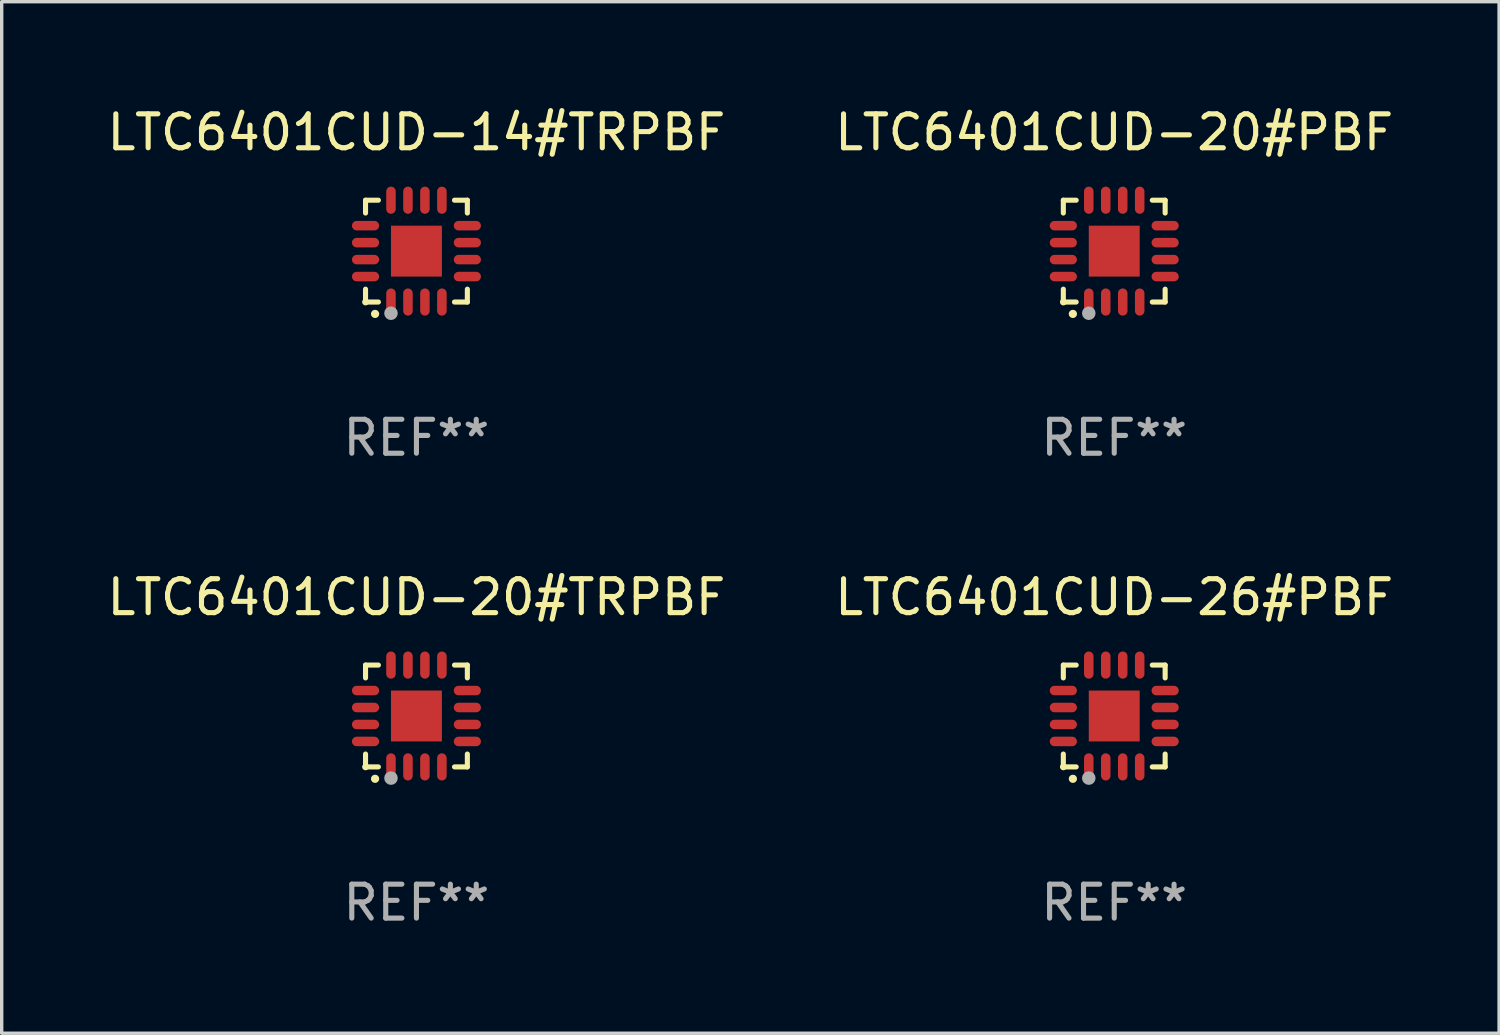
<source format=kicad_pcb>
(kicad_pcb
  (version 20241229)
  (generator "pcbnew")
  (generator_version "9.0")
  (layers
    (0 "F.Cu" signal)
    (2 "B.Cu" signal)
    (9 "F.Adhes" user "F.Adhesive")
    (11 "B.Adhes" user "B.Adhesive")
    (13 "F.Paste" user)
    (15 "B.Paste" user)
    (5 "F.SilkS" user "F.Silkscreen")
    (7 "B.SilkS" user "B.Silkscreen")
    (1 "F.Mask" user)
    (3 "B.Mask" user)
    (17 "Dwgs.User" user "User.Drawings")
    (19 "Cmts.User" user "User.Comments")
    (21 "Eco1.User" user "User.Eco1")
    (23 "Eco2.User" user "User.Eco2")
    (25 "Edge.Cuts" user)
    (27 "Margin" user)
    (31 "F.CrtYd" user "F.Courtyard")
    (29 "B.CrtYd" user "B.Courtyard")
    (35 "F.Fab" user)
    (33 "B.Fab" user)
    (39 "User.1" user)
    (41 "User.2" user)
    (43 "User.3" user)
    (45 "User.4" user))
  (footprint "LTC6401CUD-26#PBF"
    (layer "F.Cu")
    (at 29.78 18.046)
    (property "Reference" "LTC6401CUD-26#PBF" (at 0 -3.5 0) (layer "F.SilkS") (effects (font (size 1 1) (thickness 0.15))))
    (attr through_hole)
    (fp_line (start -1.5 -1.5) (end -1.121 -1.5) (stroke (width 0.15) (type solid)) (layer "F.SilkS"))
    (fp_line (start -1.5 -1.122) (end -1.5 -1.5) (stroke (width 0.15) (type solid)) (layer "F.SilkS"))
    (fp_line (start -1.5 1.5) (end -1.5 1.121) (stroke (width 0.15) (type solid)) (layer "F.SilkS"))
    (fp_line (start -1.121 1.5) (end -1.5 1.5) (stroke (width 0.15) (type solid)) (layer "F.SilkS"))
    (fp_line (start 1.121 -1.5) (end 1.5 -1.5) (stroke (width 0.15) (type solid)) (layer "F.SilkS"))
    (fp_line (start 1.5 -1.5) (end 1.5 -1.122) (stroke (width 0.15) (type solid)) (layer "F.SilkS"))
    (fp_line (start 1.5 1.121) (end 1.5 1.5) (stroke (width 0.15) (type solid)) (layer "F.SilkS"))
    (fp_line (start 1.5 1.5) (end 1.121 1.5) (stroke (width 0.15) (type solid)) (layer "F.SilkS"))
    (fp_arc (start -1.219926 1.850254) (mid -1.21891 1.85025) (end -1.217894 1.850254) (stroke (width 0.240005) (type solid)) (layer "F.SilkS"))
    (fp_circle (center -1.5 1.5) (end -1.45 1.5) (stroke (width 0.1) (type solid)) (fill no) (layer "F.SilkS"))
    (fp_circle (center -0.75 1.83) (end -0.65 1.83) (stroke (width 0.2) (type solid)) (fill no) (layer "F.Fab"))
    (fp_text user "REF**" (at 0 5.5 0) (layer "F.Fab") (effects (font (size 1 1) (thickness 0.15))))
    (pad "1" smd oval (at -0.75 1.5) (size 0.28 0.8) (layers "F.Cu" "F.Mask" "F.Paste"))
    (pad "2" smd oval (at -0.25 1.5) (size 0.28 0.8) (layers "F.Cu" "F.Mask" "F.Paste"))
    (pad "3" smd oval (at 0.25 1.5) (size 0.28 0.8) (layers "F.Cu" "F.Mask" "F.Paste"))
    (pad "4" smd oval (at 0.75 1.5) (size 0.28 0.8) (layers "F.Cu" "F.Mask" "F.Paste"))
    (pad "5" smd oval (at 1.5 0.75) (size 0.8 0.28) (layers "F.Cu" "F.Mask" "F.Paste"))
    (pad "6" smd oval (at 1.5 0.25) (size 0.8 0.28) (layers "F.Cu" "F.Mask" "F.Paste"))
    (pad "7" smd oval (at 1.5 -0.25) (size 0.8 0.28) (layers "F.Cu" "F.Mask" "F.Paste"))
    (pad "8" smd oval (at 1.5 -0.75) (size 0.8 0.28) (layers "F.Cu" "F.Mask" "F.Paste"))
    (pad "9" smd oval (at 0.75 -1.5) (size 0.28 0.8) (layers "F.Cu" "F.Mask" "F.Paste"))
    (pad "10" smd oval (at 0.25 -1.5) (size 0.28 0.8) (layers "F.Cu" "F.Mask" "F.Paste"))
    (pad "11" smd oval (at -0.25 -1.5) (size 0.28 0.8) (layers "F.Cu" "F.Mask" "F.Paste"))
    (pad "12" smd oval (at -0.75 -1.5) (size 0.28 0.8) (layers "F.Cu" "F.Mask" "F.Paste"))
    (pad "13" smd oval (at -1.5 -0.75) (size 0.8 0.28) (layers "F.Cu" "F.Mask" "F.Paste"))
    (pad "14" smd oval (at -1.5 -0.25) (size 0.8 0.28) (layers "F.Cu" "F.Mask" "F.Paste"))
    (pad "15" smd oval (at -1.5 0.25) (size 0.8 0.28) (layers "F.Cu" "F.Mask" "F.Paste"))
    (pad "16" smd oval (at -1.5 0.75) (size 0.8 0.28) (layers "F.Cu" "F.Mask" "F.Paste"))
    (pad "17" smd rect (at -0.000064 0.000165) (size 1.5 1.5) (layers "F.Cu" "F.Mask" "F.Paste")))
  (footprint "LTC6401CUD-20#PBF"
    (layer "F.Cu")
    (at 29.78 4.349)
    (property "Reference" "LTC6401CUD-20#PBF" (at 0 -3.5 0) (layer "F.SilkS") (effects (font (size 1 1) (thickness 0.15))))
    (attr through_hole)
    (fp_line (start -1.5 -1.5) (end -1.121 -1.5) (stroke (width 0.15) (type solid)) (layer "F.SilkS"))
    (fp_line (start -1.5 -1.122) (end -1.5 -1.5) (stroke (width 0.15) (type solid)) (layer "F.SilkS"))
    (fp_line (start -1.5 1.5) (end -1.5 1.121) (stroke (width 0.15) (type solid)) (layer "F.SilkS"))
    (fp_line (start -1.121 1.5) (end -1.5 1.5) (stroke (width 0.15) (type solid)) (layer "F.SilkS"))
    (fp_line (start 1.121 -1.5) (end 1.5 -1.5) (stroke (width 0.15) (type solid)) (layer "F.SilkS"))
    (fp_line (start 1.5 -1.5) (end 1.5 -1.122) (stroke (width 0.15) (type solid)) (layer "F.SilkS"))
    (fp_line (start 1.5 1.121) (end 1.5 1.5) (stroke (width 0.15) (type solid)) (layer "F.SilkS"))
    (fp_line (start 1.5 1.5) (end 1.121 1.5) (stroke (width 0.15) (type solid)) (layer "F.SilkS"))
    (fp_arc (start -1.219926 1.850254) (mid -1.21891 1.85025) (end -1.217894 1.850254) (stroke (width 0.240005) (type solid)) (layer "F.SilkS"))
    (fp_circle (center -1.5 1.5) (end -1.45 1.5) (stroke (width 0.1) (type solid)) (fill no) (layer "F.SilkS"))
    (fp_circle (center -0.75 1.83) (end -0.65 1.83) (stroke (width 0.2) (type solid)) (fill no) (layer "F.Fab"))
    (fp_text user "REF**" (at 0 5.5 0) (layer "F.Fab") (effects (font (size 1 1) (thickness 0.15))))
    (pad "1" smd oval (at -0.75 1.5) (size 0.28 0.8) (layers "F.Cu" "F.Mask" "F.Paste"))
    (pad "2" smd oval (at -0.25 1.5) (size 0.28 0.8) (layers "F.Cu" "F.Mask" "F.Paste"))
    (pad "3" smd oval (at 0.25 1.5) (size 0.28 0.8) (layers "F.Cu" "F.Mask" "F.Paste"))
    (pad "4" smd oval (at 0.75 1.5) (size 0.28 0.8) (layers "F.Cu" "F.Mask" "F.Paste"))
    (pad "5" smd oval (at 1.5 0.75) (size 0.8 0.28) (layers "F.Cu" "F.Mask" "F.Paste"))
    (pad "6" smd oval (at 1.5 0.25) (size 0.8 0.28) (layers "F.Cu" "F.Mask" "F.Paste"))
    (pad "7" smd oval (at 1.5 -0.25) (size 0.8 0.28) (layers "F.Cu" "F.Mask" "F.Paste"))
    (pad "8" smd oval (at 1.5 -0.75) (size 0.8 0.28) (layers "F.Cu" "F.Mask" "F.Paste"))
    (pad "9" smd oval (at 0.75 -1.5) (size 0.28 0.8) (layers "F.Cu" "F.Mask" "F.Paste"))
    (pad "10" smd oval (at 0.25 -1.5) (size 0.28 0.8) (layers "F.Cu" "F.Mask" "F.Paste"))
    (pad "11" smd oval (at -0.25 -1.5) (size 0.28 0.8) (layers "F.Cu" "F.Mask" "F.Paste"))
    (pad "12" smd oval (at -0.75 -1.5) (size 0.28 0.8) (layers "F.Cu" "F.Mask" "F.Paste"))
    (pad "13" smd oval (at -1.5 -0.75) (size 0.8 0.28) (layers "F.Cu" "F.Mask" "F.Paste"))
    (pad "14" smd oval (at -1.5 -0.25) (size 0.8 0.28) (layers "F.Cu" "F.Mask" "F.Paste"))
    (pad "15" smd oval (at -1.5 0.25) (size 0.8 0.28) (layers "F.Cu" "F.Mask" "F.Paste"))
    (pad "16" smd oval (at -1.5 0.75) (size 0.8 0.28) (layers "F.Cu" "F.Mask" "F.Paste"))
    (pad "17" smd rect (at -0.000064 0.000165) (size 1.5 1.5) (layers "F.Cu" "F.Mask" "F.Paste")))
  (footprint "LTC6401CUD-14#TRPBF"
    (layer "F.Cu")
    (at 9.22 4.349)
    (property "Reference" "LTC6401CUD-14#TRPBF" (at 0 -3.5 0) (layer "F.SilkS") (effects (font (size 1 1) (thickness 0.15))))
    (attr through_hole)
    (fp_line (start -1.5 -1.5) (end -1.121 -1.5) (stroke (width 0.15) (type solid)) (layer "F.SilkS"))
    (fp_line (start -1.5 -1.122) (end -1.5 -1.5) (stroke (width 0.15) (type solid)) (layer "F.SilkS"))
    (fp_line (start -1.5 1.5) (end -1.5 1.121) (stroke (width 0.15) (type solid)) (layer "F.SilkS"))
    (fp_line (start -1.121 1.5) (end -1.5 1.5) (stroke (width 0.15) (type solid)) (layer "F.SilkS"))
    (fp_line (start 1.121 -1.5) (end 1.5 -1.5) (stroke (width 0.15) (type solid)) (layer "F.SilkS"))
    (fp_line (start 1.5 -1.5) (end 1.5 -1.122) (stroke (width 0.15) (type solid)) (layer "F.SilkS"))
    (fp_line (start 1.5 1.121) (end 1.5 1.5) (stroke (width 0.15) (type solid)) (layer "F.SilkS"))
    (fp_line (start 1.5 1.5) (end 1.121 1.5) (stroke (width 0.15) (type solid)) (layer "F.SilkS"))
    (fp_arc (start -1.219926 1.850254) (mid -1.21891 1.85025) (end -1.217894 1.850254) (stroke (width 0.240005) (type solid)) (layer "F.SilkS"))
    (fp_circle (center -1.5 1.5) (end -1.45 1.5) (stroke (width 0.1) (type solid)) (fill no) (layer "F.SilkS"))
    (fp_circle (center -0.75 1.83) (end -0.65 1.83) (stroke (width 0.2) (type solid)) (fill no) (layer "F.Fab"))
    (fp_text user "REF**" (at 0 5.5 0) (layer "F.Fab") (effects (font (size 1 1) (thickness 0.15))))
    (pad "1" smd oval (at -0.75 1.5) (size 0.28 0.8) (layers "F.Cu" "F.Mask" "F.Paste"))
    (pad "2" smd oval (at -0.25 1.5) (size 0.28 0.8) (layers "F.Cu" "F.Mask" "F.Paste"))
    (pad "3" smd oval (at 0.25 1.5) (size 0.28 0.8) (layers "F.Cu" "F.Mask" "F.Paste"))
    (pad "4" smd oval (at 0.75 1.5) (size 0.28 0.8) (layers "F.Cu" "F.Mask" "F.Paste"))
    (pad "5" smd oval (at 1.5 0.75) (size 0.8 0.28) (layers "F.Cu" "F.Mask" "F.Paste"))
    (pad "6" smd oval (at 1.5 0.25) (size 0.8 0.28) (layers "F.Cu" "F.Mask" "F.Paste"))
    (pad "7" smd oval (at 1.5 -0.25) (size 0.8 0.28) (layers "F.Cu" "F.Mask" "F.Paste"))
    (pad "8" smd oval (at 1.5 -0.75) (size 0.8 0.28) (layers "F.Cu" "F.Mask" "F.Paste"))
    (pad "9" smd oval (at 0.75 -1.5) (size 0.28 0.8) (layers "F.Cu" "F.Mask" "F.Paste"))
    (pad "10" smd oval (at 0.25 -1.5) (size 0.28 0.8) (layers "F.Cu" "F.Mask" "F.Paste"))
    (pad "11" smd oval (at -0.25 -1.5) (size 0.28 0.8) (layers "F.Cu" "F.Mask" "F.Paste"))
    (pad "12" smd oval (at -0.75 -1.5) (size 0.28 0.8) (layers "F.Cu" "F.Mask" "F.Paste"))
    (pad "13" smd oval (at -1.5 -0.75) (size 0.8 0.28) (layers "F.Cu" "F.Mask" "F.Paste"))
    (pad "14" smd oval (at -1.5 -0.25) (size 0.8 0.28) (layers "F.Cu" "F.Mask" "F.Paste"))
    (pad "15" smd oval (at -1.5 0.25) (size 0.8 0.28) (layers "F.Cu" "F.Mask" "F.Paste"))
    (pad "16" smd oval (at -1.5 0.75) (size 0.8 0.28) (layers "F.Cu" "F.Mask" "F.Paste"))
    (pad "17" smd rect (at -0.000064 0.000165) (size 1.5 1.5) (layers "F.Cu" "F.Mask" "F.Paste")))
  (footprint "LTC6401CUD-20#TRPBF"
    (layer "F.Cu")
    (at 9.22 18.046)
    (property "Reference" "LTC6401CUD-20#TRPBF" (at 0 -3.5 0) (layer "F.SilkS") (effects (font (size 1 1) (thickness 0.15))))
    (attr through_hole)
    (fp_line (start -1.5 -1.5) (end -1.121 -1.5) (stroke (width 0.15) (type solid)) (layer "F.SilkS"))
    (fp_line (start -1.5 -1.122) (end -1.5 -1.5) (stroke (width 0.15) (type solid)) (layer "F.SilkS"))
    (fp_line (start -1.5 1.5) (end -1.5 1.121) (stroke (width 0.15) (type solid)) (layer "F.SilkS"))
    (fp_line (start -1.121 1.5) (end -1.5 1.5) (stroke (width 0.15) (type solid)) (layer "F.SilkS"))
    (fp_line (start 1.121 -1.5) (end 1.5 -1.5) (stroke (width 0.15) (type solid)) (layer "F.SilkS"))
    (fp_line (start 1.5 -1.5) (end 1.5 -1.122) (stroke (width 0.15) (type solid)) (layer "F.SilkS"))
    (fp_line (start 1.5 1.121) (end 1.5 1.5) (stroke (width 0.15) (type solid)) (layer "F.SilkS"))
    (fp_line (start 1.5 1.5) (end 1.121 1.5) (stroke (width 0.15) (type solid)) (layer "F.SilkS"))
    (fp_arc (start -1.219926 1.850254) (mid -1.21891 1.85025) (end -1.217894 1.850254) (stroke (width 0.240005) (type solid)) (layer "F.SilkS"))
    (fp_circle (center -1.5 1.5) (end -1.45 1.5) (stroke (width 0.1) (type solid)) (fill no) (layer "F.SilkS"))
    (fp_circle (center -0.75 1.83) (end -0.65 1.83) (stroke (width 0.2) (type solid)) (fill no) (layer "F.Fab"))
    (fp_text user "REF**" (at 0 5.5 0) (layer "F.Fab") (effects (font (size 1 1) (thickness 0.15))))
    (pad "1" smd oval (at -0.75 1.5) (size 0.28 0.8) (layers "F.Cu" "F.Mask" "F.Paste"))
    (pad "2" smd oval (at -0.25 1.5) (size 0.28 0.8) (layers "F.Cu" "F.Mask" "F.Paste"))
    (pad "3" smd oval (at 0.25 1.5) (size 0.28 0.8) (layers "F.Cu" "F.Mask" "F.Paste"))
    (pad "4" smd oval (at 0.75 1.5) (size 0.28 0.8) (layers "F.Cu" "F.Mask" "F.Paste"))
    (pad "5" smd oval (at 1.5 0.75) (size 0.8 0.28) (layers "F.Cu" "F.Mask" "F.Paste"))
    (pad "6" smd oval (at 1.5 0.25) (size 0.8 0.28) (layers "F.Cu" "F.Mask" "F.Paste"))
    (pad "7" smd oval (at 1.5 -0.25) (size 0.8 0.28) (layers "F.Cu" "F.Mask" "F.Paste"))
    (pad "8" smd oval (at 1.5 -0.75) (size 0.8 0.28) (layers "F.Cu" "F.Mask" "F.Paste"))
    (pad "9" smd oval (at 0.75 -1.5) (size 0.28 0.8) (layers "F.Cu" "F.Mask" "F.Paste"))
    (pad "10" smd oval (at 0.25 -1.5) (size 0.28 0.8) (layers "F.Cu" "F.Mask" "F.Paste"))
    (pad "11" smd oval (at -0.25 -1.5) (size 0.28 0.8) (layers "F.Cu" "F.Mask" "F.Paste"))
    (pad "12" smd oval (at -0.75 -1.5) (size 0.28 0.8) (layers "F.Cu" "F.Mask" "F.Paste"))
    (pad "13" smd oval (at -1.5 -0.75) (size 0.8 0.28) (layers "F.Cu" "F.Mask" "F.Paste"))
    (pad "14" smd oval (at -1.5 -0.25) (size 0.8 0.28) (layers "F.Cu" "F.Mask" "F.Paste"))
    (pad "15" smd oval (at -1.5 0.25) (size 0.8 0.28) (layers "F.Cu" "F.Mask" "F.Paste"))
    (pad "16" smd oval (at -1.5 0.75) (size 0.8 0.28) (layers "F.Cu" "F.Mask" "F.Paste"))
    (pad "17" smd rect (at -0.000064 0.000165) (size 1.5 1.5) (layers "F.Cu" "F.Mask" "F.Paste")))
  (gr_rect
    (start -3 -3)
    (end 41.119 27.394)
    (stroke (width 0.1) (type default))
    (fill no)
    (layer "Edge.Cuts")))
</source>
